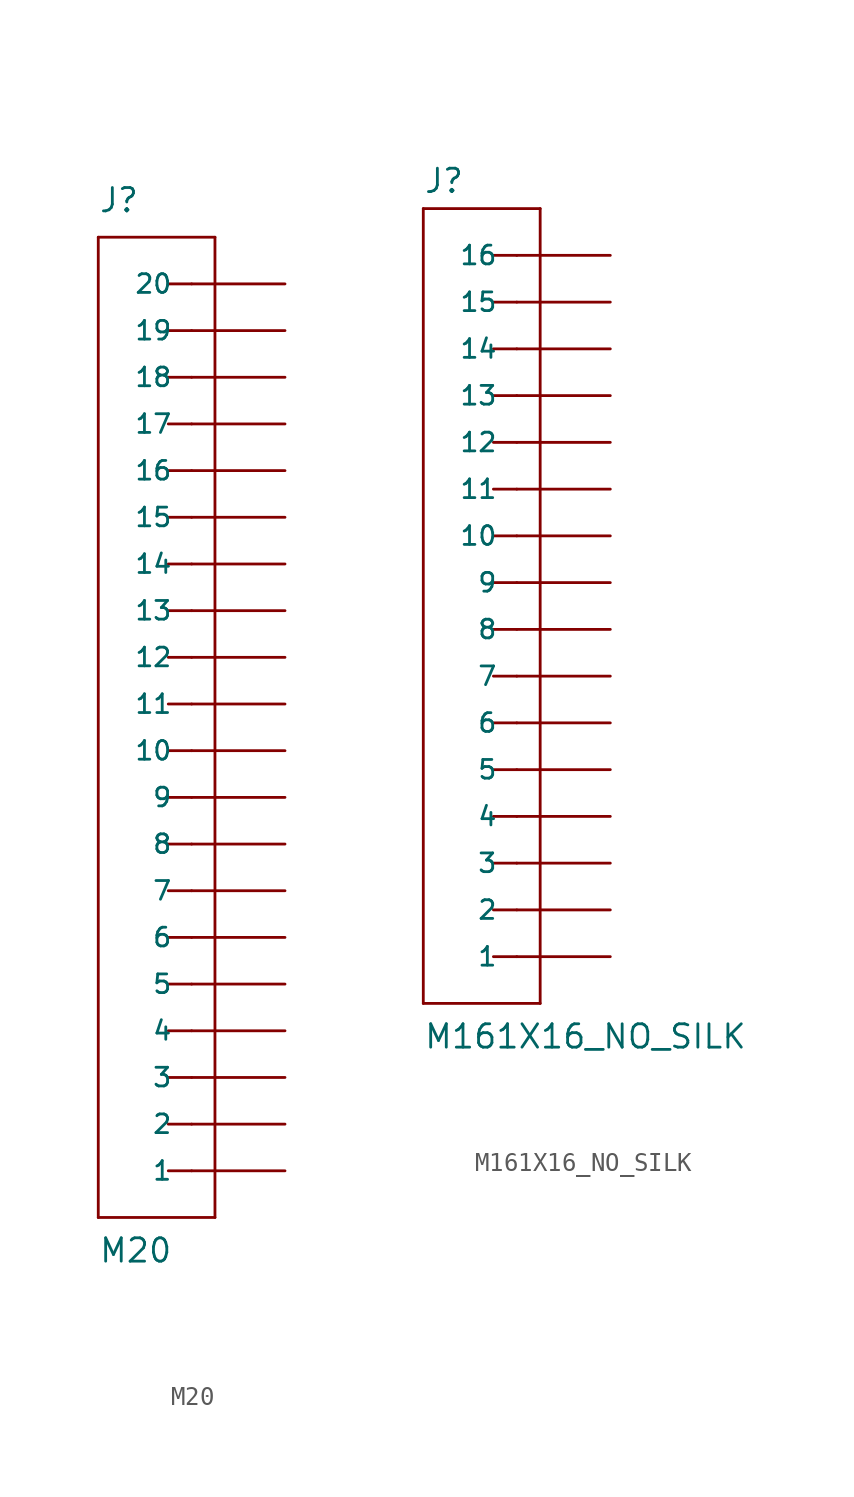
<source format=kicad_sym>
(kicad_symbol_lib
  (version 20211014)
  (generator kicad_symbol_editor)
  (symbol "M20"
    (pin_numbers hide)
    (pin_names
      (offset 1.016))
    (property "Reference" "J"
      (at 0 57.15 0)
      (effects (font (size 1.27 1.27)) (justify left bottom)))
    (property "Value" "M20"
      (at 0 0 0)
      (effects (font (size 1.27 1.27)) (justify left bottom)))
    (property "Datasheet" ""
      (at 0 0 0)
      (effects (font (size 1.524 1.524))))
    (property "ki_locked" ""
      (at 0 0 0)
      (effects (font (size 1.27 1.27))))
    (symbol "M20_1_0"
      (polyline (pts (xy 0 55.88) (xy 0 2.54)) (stroke (width 0) (type default) (color 0 0 0 0)) (fill (type none)))
      (polyline (pts (xy 0 55.88) (xy 6.35 55.88)) (stroke (width 0) (type default) (color 0 0 0 0)) (fill (type none)))
      (polyline (pts (xy 3.81 5.08) (xy 5.08 5.08)) (stroke (width 0) (type default) (color 0 0 0 0)) (fill (type none)))
      (polyline (pts (xy 3.81 7.62) (xy 5.08 7.62)) (stroke (width 0) (type default) (color 0 0 0 0)) (fill (type none)))
      (polyline (pts (xy 3.81 10.16) (xy 5.08 10.16)) (stroke (width 0) (type default) (color 0 0 0 0)) (fill (type none)))
      (polyline (pts (xy 3.81 12.7) (xy 5.08 12.7)) (stroke (width 0) (type default) (color 0 0 0 0)) (fill (type none)))
      (polyline (pts (xy 3.81 15.24) (xy 5.08 15.24)) (stroke (width 0) (type default) (color 0 0 0 0)) (fill (type none)))
      (polyline (pts (xy 3.81 17.78) (xy 5.08 17.78)) (stroke (width 0) (type default) (color 0 0 0 0)) (fill (type none)))
      (polyline (pts (xy 3.81 20.32) (xy 5.08 20.32)) (stroke (width 0) (type default) (color 0 0 0 0)) (fill (type none)))
      (polyline (pts (xy 3.81 22.86) (xy 5.08 22.86)) (stroke (width 0) (type default) (color 0 0 0 0)) (fill (type none)))
      (polyline (pts (xy 3.81 25.4) (xy 5.08 25.4)) (stroke (width 0) (type default) (color 0 0 0 0)) (fill (type none)))
      (polyline (pts (xy 3.81 27.94) (xy 5.08 27.94)) (stroke (width 0) (type default) (color 0 0 0 0)) (fill (type none)))
      (polyline (pts (xy 3.81 30.48) (xy 5.08 30.48)) (stroke (width 0) (type default) (color 0 0 0 0)) (fill (type none)))
      (polyline (pts (xy 3.81 33.02) (xy 5.08 33.02)) (stroke (width 0) (type default) (color 0 0 0 0)) (fill (type none)))
      (polyline (pts (xy 3.81 35.56) (xy 5.08 35.56)) (stroke (width 0) (type default) (color 0 0 0 0)) (fill (type none)))
      (polyline (pts (xy 3.81 38.1) (xy 5.08 38.1)) (stroke (width 0) (type default) (color 0 0 0 0)) (fill (type none)))
      (polyline (pts (xy 3.81 40.64) (xy 5.08 40.64)) (stroke (width 0) (type default) (color 0 0 0 0)) (fill (type none)))
      (polyline (pts (xy 3.81 43.18) (xy 5.08 43.18)) (stroke (width 0) (type default) (color 0 0 0 0)) (fill (type none)))
      (polyline (pts (xy 3.81 45.72) (xy 5.08 45.72)) (stroke (width 0) (type default) (color 0 0 0 0)) (fill (type none)))
      (polyline (pts (xy 3.81 48.26) (xy 5.08 48.26)) (stroke (width 0) (type default) (color 0 0 0 0)) (fill (type none)))
      (polyline (pts (xy 3.81 50.8) (xy 5.08 50.8)) (stroke (width 0) (type default) (color 0 0 0 0)) (fill (type none)))
      (polyline (pts (xy 3.81 53.34) (xy 5.08 53.34)) (stroke (width 0) (type default) (color 0 0 0 0)) (fill (type none)))
      (polyline (pts (xy 6.35 2.54) (xy 0 2.54)) (stroke (width 0) (type default) (color 0 0 0 0)) (fill (type none)))
      (polyline (pts (xy 6.35 2.54) (xy 6.35 55.88)) (stroke (width 0) (type default) (color 0 0 0 0)) (fill (type none))))
    (symbol "M20_1_1"
      (pin passive line (at 10.16 5.08 180) (length 5.08) (name "1" (effects (font (size 1.016 1.016)))) (number "1" (effects (font (size 1.016 1.016)))))
      (pin passive line (at 10.16 27.94 180) (length 5.08) (name "10" (effects (font (size 1.016 1.016)))) (number "10" (effects (font (size 1.016 1.016)))))
      (pin passive line (at 10.16 30.48 180) (length 5.08) (name "11" (effects (font (size 1.016 1.016)))) (number "11" (effects (font (size 1.016 1.016)))))
      (pin passive line (at 10.16 33.02 180) (length 5.08) (name "12" (effects (font (size 1.016 1.016)))) (number "12" (effects (font (size 1.016 1.016)))))
      (pin passive line (at 10.16 35.56 180) (length 5.08) (name "13" (effects (font (size 1.016 1.016)))) (number "13" (effects (font (size 1.016 1.016)))))
      (pin passive line (at 10.16 38.1 180) (length 5.08) (name "14" (effects (font (size 1.016 1.016)))) (number "14" (effects (font (size 1.016 1.016)))))
      (pin passive line (at 10.16 40.64 180) (length 5.08) (name "15" (effects (font (size 1.016 1.016)))) (number "15" (effects (font (size 1.016 1.016)))))
      (pin passive line (at 10.16 43.18 180) (length 5.08) (name "16" (effects (font (size 1.016 1.016)))) (number "16" (effects (font (size 1.016 1.016)))))
      (pin passive line (at 10.16 45.72 180) (length 5.08) (name "17" (effects (font (size 1.016 1.016)))) (number "17" (effects (font (size 1.016 1.016)))))
      (pin passive line (at 10.16 48.26 180) (length 5.08) (name "18" (effects (font (size 1.016 1.016)))) (number "18" (effects (font (size 1.016 1.016)))))
      (pin passive line (at 10.16 50.8 180) (length 5.08) (name "19" (effects (font (size 1.016 1.016)))) (number "19" (effects (font (size 1.016 1.016)))))
      (pin passive line (at 10.16 7.62 180) (length 5.08) (name "2" (effects (font (size 1.016 1.016)))) (number "2" (effects (font (size 1.016 1.016)))))
      (pin passive line (at 10.16 53.34 180) (length 5.08) (name "20" (effects (font (size 1.016 1.016)))) (number "20" (effects (font (size 1.016 1.016)))))
      (pin passive line (at 10.16 10.16 180) (length 5.08) (name "3" (effects (font (size 1.016 1.016)))) (number "3" (effects (font (size 1.016 1.016)))))
      (pin passive line (at 10.16 12.7 180) (length 5.08) (name "4" (effects (font (size 1.016 1.016)))) (number "4" (effects (font (size 1.016 1.016)))))
      (pin passive line (at 10.16 15.24 180) (length 5.08) (name "5" (effects (font (size 1.016 1.016)))) (number "5" (effects (font (size 1.016 1.016)))))
      (pin passive line (at 10.16 17.78 180) (length 5.08) (name "6" (effects (font (size 1.016 1.016)))) (number "6" (effects (font (size 1.016 1.016)))))
      (pin passive line (at 10.16 20.32 180) (length 5.08) (name "7" (effects (font (size 1.016 1.016)))) (number "7" (effects (font (size 1.016 1.016)))))
      (pin passive line (at 10.16 22.86 180) (length 5.08) (name "8" (effects (font (size 1.016 1.016)))) (number "8" (effects (font (size 1.016 1.016)))))
      (pin passive line (at 10.16 25.4 180) (length 5.08) (name "9" (effects (font (size 1.016 1.016)))) (number "9" (effects (font (size 1.016 1.016)))))))
  (symbol "M161X16_NO_SILK"
    (pin_numbers hide)
    (pin_names
      (offset 1.016))
    (property "Reference" "J"
      (at 0 21.082 0)
      (effects (font (size 1.27 1.27)) (justify left bottom)))
    (property "Value" "M161X16_NO_SILK"
      (at 0 -25.4 0)
      (effects (font (size 1.27 1.27)) (justify left bottom)))
    (property "Datasheet" ""
      (at 0 0 0)
      (effects (font (size 1.524 1.524))))
    (property "ki_locked" ""
      (at 0 0 0)
      (effects (font (size 1.27 1.27))))
    (symbol "M161X16_NO_SILK_1_0"
      (polyline (pts (xy 0 20.32) (xy 0 -22.86)) (stroke (width 0) (type default) (color 0 0 0 0)) (fill (type none)))
      (polyline (pts (xy 0 20.32) (xy 6.35 20.32)) (stroke (width 0) (type default) (color 0 0 0 0)) (fill (type none)))
      (polyline (pts (xy 3.81 -20.32) (xy 5.08 -20.32)) (stroke (width 0) (type default) (color 0 0 0 0)) (fill (type none)))
      (polyline (pts (xy 3.81 -17.78) (xy 5.08 -17.78)) (stroke (width 0) (type default) (color 0 0 0 0)) (fill (type none)))
      (polyline (pts (xy 3.81 -15.24) (xy 5.08 -15.24)) (stroke (width 0) (type default) (color 0 0 0 0)) (fill (type none)))
      (polyline (pts (xy 3.81 -12.7) (xy 5.08 -12.7)) (stroke (width 0) (type default) (color 0 0 0 0)) (fill (type none)))
      (polyline (pts (xy 3.81 -10.16) (xy 5.08 -10.16)) (stroke (width 0) (type default) (color 0 0 0 0)) (fill (type none)))
      (polyline (pts (xy 3.81 -7.62) (xy 5.08 -7.62)) (stroke (width 0) (type default) (color 0 0 0 0)) (fill (type none)))
      (polyline (pts (xy 3.81 -5.08) (xy 5.08 -5.08)) (stroke (width 0) (type default) (color 0 0 0 0)) (fill (type none)))
      (polyline (pts (xy 3.81 -2.54) (xy 5.08 -2.54)) (stroke (width 0) (type default) (color 0 0 0 0)) (fill (type none)))
      (polyline (pts (xy 3.81 0) (xy 5.08 0)) (stroke (width 0) (type default) (color 0 0 0 0)) (fill (type none)))
      (polyline (pts (xy 3.81 2.54) (xy 5.08 2.54)) (stroke (width 0) (type default) (color 0 0 0 0)) (fill (type none)))
      (polyline (pts (xy 3.81 5.08) (xy 5.08 5.08)) (stroke (width 0) (type default) (color 0 0 0 0)) (fill (type none)))
      (polyline (pts (xy 3.81 7.62) (xy 5.08 7.62)) (stroke (width 0) (type default) (color 0 0 0 0)) (fill (type none)))
      (polyline (pts (xy 3.81 10.16) (xy 5.08 10.16)) (stroke (width 0) (type default) (color 0 0 0 0)) (fill (type none)))
      (polyline (pts (xy 3.81 12.7) (xy 5.08 12.7)) (stroke (width 0) (type default) (color 0 0 0 0)) (fill (type none)))
      (polyline (pts (xy 3.81 15.24) (xy 5.08 15.24)) (stroke (width 0) (type default) (color 0 0 0 0)) (fill (type none)))
      (polyline (pts (xy 3.81 17.78) (xy 5.08 17.78)) (stroke (width 0) (type default) (color 0 0 0 0)) (fill (type none)))
      (polyline (pts (xy 6.35 -22.86) (xy 0 -22.86)) (stroke (width 0) (type default) (color 0 0 0 0)) (fill (type none)))
      (polyline (pts (xy 6.35 -22.86) (xy 6.35 20.32)) (stroke (width 0) (type default) (color 0 0 0 0)) (fill (type none))))
    (symbol "M161X16_NO_SILK_1_1"
      (pin passive line (at 10.16 -20.32 180) (length 5.08) (name "1" (effects (font (size 1.016 1.016)))) (number "1" (effects (font (size 1.016 1.016)))))
      (pin passive line (at 10.16 2.54 180) (length 5.08) (name "10" (effects (font (size 1.016 1.016)))) (number "10" (effects (font (size 1.016 1.016)))))
      (pin passive line (at 10.16 5.08 180) (length 5.08) (name "11" (effects (font (size 1.016 1.016)))) (number "11" (effects (font (size 1.016 1.016)))))
      (pin passive line (at 10.16 7.62 180) (length 5.08) (name "12" (effects (font (size 1.016 1.016)))) (number "12" (effects (font (size 1.016 1.016)))))
      (pin passive line (at 10.16 10.16 180) (length 5.08) (name "13" (effects (font (size 1.016 1.016)))) (number "13" (effects (font (size 1.016 1.016)))))
      (pin passive line (at 10.16 12.7 180) (length 5.08) (name "14" (effects (font (size 1.016 1.016)))) (number "14" (effects (font (size 1.016 1.016)))))
      (pin passive line (at 10.16 15.24 180) (length 5.08) (name "15" (effects (font (size 1.016 1.016)))) (number "15" (effects (font (size 1.016 1.016)))))
      (pin passive line (at 10.16 17.78 180) (length 5.08) (name "16" (effects (font (size 1.016 1.016)))) (number "16" (effects (font (size 1.016 1.016)))))
      (pin passive line (at 10.16 -17.78 180) (length 5.08) (name "2" (effects (font (size 1.016 1.016)))) (number "2" (effects (font (size 1.016 1.016)))))
      (pin passive line (at 10.16 -15.24 180) (length 5.08) (name "3" (effects (font (size 1.016 1.016)))) (number "3" (effects (font (size 1.016 1.016)))))
      (pin passive line (at 10.16 -12.7 180) (length 5.08) (name "4" (effects (font (size 1.016 1.016)))) (number "4" (effects (font (size 1.016 1.016)))))
      (pin passive line (at 10.16 -10.16 180) (length 5.08) (name "5" (effects (font (size 1.016 1.016)))) (number "5" (effects (font (size 1.016 1.016)))))
      (pin passive line (at 10.16 -7.62 180) (length 5.08) (name "6" (effects (font (size 1.016 1.016)))) (number "6" (effects (font (size 1.016 1.016)))))
      (pin passive line (at 10.16 -5.08 180) (length 5.08) (name "7" (effects (font (size 1.016 1.016)))) (number "7" (effects (font (size 1.016 1.016)))))
      (pin passive line (at 10.16 -2.54 180) (length 5.08) (name "8" (effects (font (size 1.016 1.016)))) (number "8" (effects (font (size 1.016 1.016)))))
      (pin passive line (at 10.16 0 180) (length 5.08) (name "9" (effects (font (size 1.016 1.016)))) (number "9" (effects (font (size 1.016 1.016))))))))
</source>
